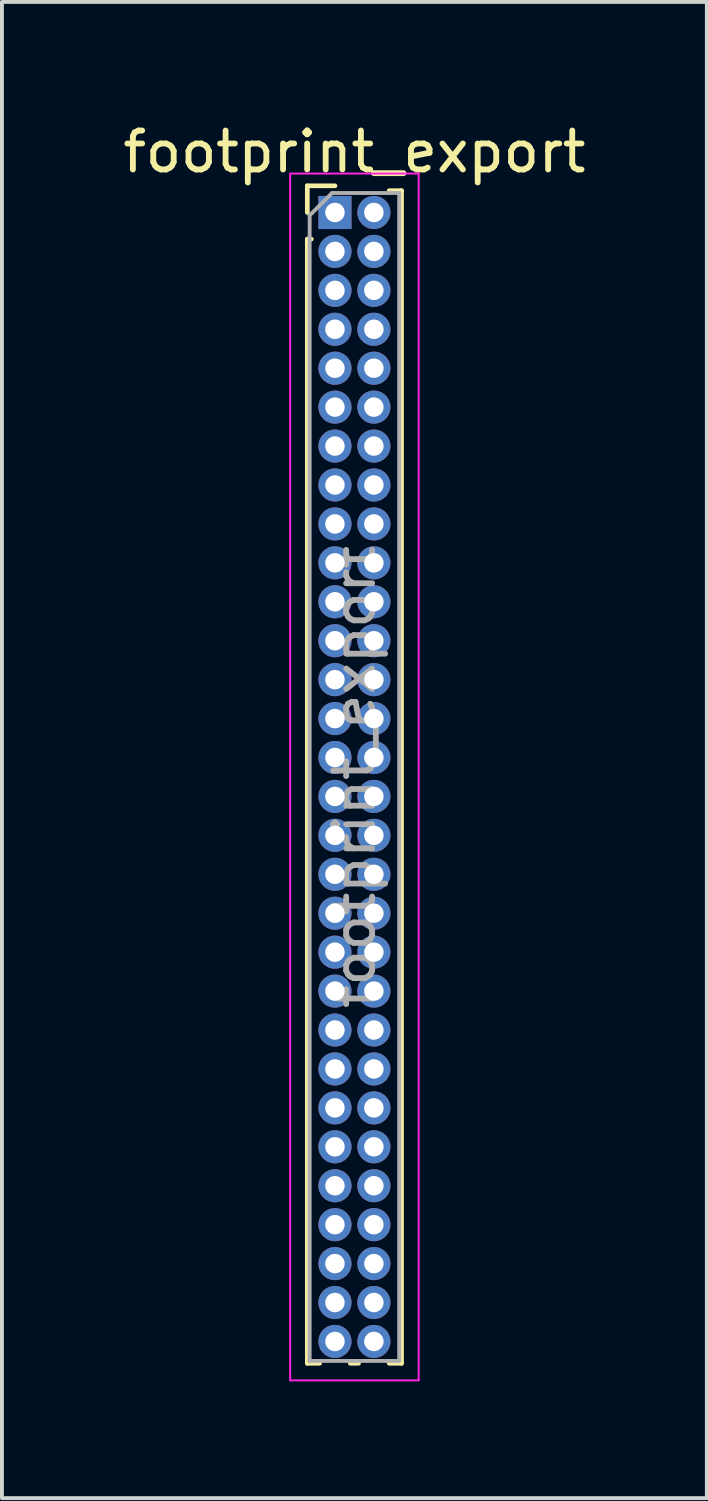
<source format=kicad_pcb>
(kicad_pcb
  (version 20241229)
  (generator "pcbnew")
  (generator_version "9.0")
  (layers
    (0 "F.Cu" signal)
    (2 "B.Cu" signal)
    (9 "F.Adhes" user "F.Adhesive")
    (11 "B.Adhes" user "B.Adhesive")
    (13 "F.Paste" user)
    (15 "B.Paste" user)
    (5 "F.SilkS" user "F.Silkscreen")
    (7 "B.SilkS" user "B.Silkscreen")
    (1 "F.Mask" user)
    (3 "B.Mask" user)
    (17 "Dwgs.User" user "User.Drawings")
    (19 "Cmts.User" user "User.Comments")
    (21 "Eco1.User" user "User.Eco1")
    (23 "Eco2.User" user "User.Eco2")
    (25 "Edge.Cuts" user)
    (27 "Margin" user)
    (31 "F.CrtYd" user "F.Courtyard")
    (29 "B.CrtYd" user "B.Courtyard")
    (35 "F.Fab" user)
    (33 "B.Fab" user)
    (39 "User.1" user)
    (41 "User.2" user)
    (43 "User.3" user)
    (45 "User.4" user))
  (footprint "footprint_export"
    (layer "F.Cu")
    (at 5.554 2.408)
    (property "Reference" "footprint_export" (at 0.5 -1.56 0) (layer "F.SilkS") (effects (font (size 1 1) (thickness 0.15))))
    (attr through_hole)
    (fp_line (start -0.71 -0.685) (end 0 -0.685) (stroke (width 0.12) (type solid)) (layer "F.SilkS"))
    (fp_line (start -0.71 0) (end -0.71 -0.685) (stroke (width 0.12) (type solid)) (layer "F.SilkS"))
    (fp_line (start -0.71 0.685) (end -0.71 29.56) (stroke (width 0.12) (type solid)) (layer "F.SilkS"))
    (fp_line (start -0.71 0.685) (end -0.608 0.685) (stroke (width 0.12) (type solid)) (layer "F.SilkS"))
    (fp_line (start -0.71 29.56) (end -0.394 29.56) (stroke (width 0.12) (type solid)) (layer "F.SilkS"))
    (fp_line (start 0.394 29.56) (end 0.606 29.56) (stroke (width 0.12) (type solid)) (layer "F.SilkS"))
    (fp_line (start 1.394 -0.56) (end 1.71 -0.56) (stroke (width 0.12) (type solid)) (layer "F.SilkS"))
    (fp_line (start 1.394 29.56) (end 1.71 29.56) (stroke (width 0.12) (type solid)) (layer "F.SilkS"))
    (fp_line (start 1.71 -0.56) (end 1.71 29.56) (stroke (width 0.12) (type solid)) (layer "F.SilkS"))
    (fp_line (start -1.15 -1) (end -1.15 30) (stroke (width 0.05) (type solid)) (layer "F.CrtYd"))
    (fp_line (start -1.15 30) (end 2.15 30) (stroke (width 0.05) (type solid)) (layer "F.CrtYd"))
    (fp_line (start 2.15 -1) (end -1.15 -1) (stroke (width 0.05) (type solid)) (layer "F.CrtYd"))
    (fp_line (start 2.15 30) (end 2.15 -1) (stroke (width 0.05) (type solid)) (layer "F.CrtYd"))
    (fp_line (start -0.65 0.075) (end -0.075 -0.5) (stroke (width 0.1) (type solid)) (layer "F.Fab"))
    (fp_line (start -0.65 29.5) (end -0.65 0.075) (stroke (width 0.1) (type solid)) (layer "F.Fab"))
    (fp_line (start -0.075 -0.5) (end 1.65 -0.5) (stroke (width 0.1) (type solid)) (layer "F.Fab"))
    (fp_line (start 1.65 -0.5) (end 1.65 29.5) (stroke (width 0.1) (type solid)) (layer "F.Fab"))
    (fp_line (start 1.65 29.5) (end -0.65 29.5) (stroke (width 0.1) (type solid)) (layer "F.Fab"))
    (fp_text user "${REFERENCE}" (at 0.5 14.5 90) (layer "F.Fab") (effects (font (size 1 1) (thickness 0.15))))
    (pad "1" thru_hole rect (at 0 0) (size 0.85 0.85) (drill 0.5) (layers "*.Cu" "*.Mask"))
    (pad "2" thru_hole oval (at 1 0) (size 0.85 0.85) (drill 0.5) (layers "*.Cu" "*.Mask"))
    (pad "3" thru_hole oval (at 0 1) (size 0.85 0.85) (drill 0.5) (layers "*.Cu" "*.Mask"))
    (pad "4" thru_hole oval (at 1 1) (size 0.85 0.85) (drill 0.5) (layers "*.Cu" "*.Mask"))
    (pad "5" thru_hole oval (at 0 2) (size 0.85 0.85) (drill 0.5) (layers "*.Cu" "*.Mask"))
    (pad "6" thru_hole oval (at 1 2) (size 0.85 0.85) (drill 0.5) (layers "*.Cu" "*.Mask"))
    (pad "7" thru_hole oval (at 0 3) (size 0.85 0.85) (drill 0.5) (layers "*.Cu" "*.Mask"))
    (pad "8" thru_hole oval (at 1 3) (size 0.85 0.85) (drill 0.5) (layers "*.Cu" "*.Mask"))
    (pad "9" thru_hole oval (at 0 4) (size 0.85 0.85) (drill 0.5) (layers "*.Cu" "*.Mask"))
    (pad "10" thru_hole oval (at 1 4) (size 0.85 0.85) (drill 0.5) (layers "*.Cu" "*.Mask"))
    (pad "11" thru_hole oval (at 0 5) (size 0.85 0.85) (drill 0.5) (layers "*.Cu" "*.Mask"))
    (pad "12" thru_hole oval (at 1 5) (size 0.85 0.85) (drill 0.5) (layers "*.Cu" "*.Mask"))
    (pad "13" thru_hole oval (at 0 6) (size 0.85 0.85) (drill 0.5) (layers "*.Cu" "*.Mask"))
    (pad "14" thru_hole oval (at 1 6) (size 0.85 0.85) (drill 0.5) (layers "*.Cu" "*.Mask"))
    (pad "15" thru_hole oval (at 0 7) (size 0.85 0.85) (drill 0.5) (layers "*.Cu" "*.Mask"))
    (pad "16" thru_hole oval (at 1 7) (size 0.85 0.85) (drill 0.5) (layers "*.Cu" "*.Mask"))
    (pad "17" thru_hole oval (at 0 8) (size 0.85 0.85) (drill 0.5) (layers "*.Cu" "*.Mask"))
    (pad "18" thru_hole oval (at 1 8) (size 0.85 0.85) (drill 0.5) (layers "*.Cu" "*.Mask"))
    (pad "19" thru_hole oval (at 0 9) (size 0.85 0.85) (drill 0.5) (layers "*.Cu" "*.Mask"))
    (pad "20" thru_hole oval (at 1 9) (size 0.85 0.85) (drill 0.5) (layers "*.Cu" "*.Mask"))
    (pad "21" thru_hole oval (at 0 10) (size 0.85 0.85) (drill 0.5) (layers "*.Cu" "*.Mask"))
    (pad "22" thru_hole oval (at 1 10) (size 0.85 0.85) (drill 0.5) (layers "*.Cu" "*.Mask"))
    (pad "23" thru_hole oval (at 0 11) (size 0.85 0.85) (drill 0.5) (layers "*.Cu" "*.Mask"))
    (pad "24" thru_hole oval (at 1 11) (size 0.85 0.85) (drill 0.5) (layers "*.Cu" "*.Mask"))
    (pad "25" thru_hole oval (at 0 12) (size 0.85 0.85) (drill 0.5) (layers "*.Cu" "*.Mask"))
    (pad "26" thru_hole oval (at 1 12) (size 0.85 0.85) (drill 0.5) (layers "*.Cu" "*.Mask"))
    (pad "27" thru_hole oval (at 0 13) (size 0.85 0.85) (drill 0.5) (layers "*.Cu" "*.Mask"))
    (pad "28" thru_hole oval (at 1 13) (size 0.85 0.85) (drill 0.5) (layers "*.Cu" "*.Mask"))
    (pad "29" thru_hole oval (at 0 14) (size 0.85 0.85) (drill 0.5) (layers "*.Cu" "*.Mask"))
    (pad "30" thru_hole oval (at 1 14) (size 0.85 0.85) (drill 0.5) (layers "*.Cu" "*.Mask"))
    (pad "31" thru_hole oval (at 0 15) (size 0.85 0.85) (drill 0.5) (layers "*.Cu" "*.Mask"))
    (pad "32" thru_hole oval (at 1 15) (size 0.85 0.85) (drill 0.5) (layers "*.Cu" "*.Mask"))
    (pad "33" thru_hole oval (at 0 16) (size 0.85 0.85) (drill 0.5) (layers "*.Cu" "*.Mask"))
    (pad "34" thru_hole oval (at 1 16) (size 0.85 0.85) (drill 0.5) (layers "*.Cu" "*.Mask"))
    (pad "35" thru_hole oval (at 0 17) (size 0.85 0.85) (drill 0.5) (layers "*.Cu" "*.Mask"))
    (pad "36" thru_hole oval (at 1 17) (size 0.85 0.85) (drill 0.5) (layers "*.Cu" "*.Mask"))
    (pad "37" thru_hole oval (at 0 18) (size 0.85 0.85) (drill 0.5) (layers "*.Cu" "*.Mask"))
    (pad "38" thru_hole oval (at 1 18) (size 0.85 0.85) (drill 0.5) (layers "*.Cu" "*.Mask"))
    (pad "39" thru_hole oval (at 0 19) (size 0.85 0.85) (drill 0.5) (layers "*.Cu" "*.Mask"))
    (pad "40" thru_hole oval (at 1 19) (size 0.85 0.85) (drill 0.5) (layers "*.Cu" "*.Mask"))
    (pad "41" thru_hole oval (at 0 20) (size 0.85 0.85) (drill 0.5) (layers "*.Cu" "*.Mask"))
    (pad "42" thru_hole oval (at 1 20) (size 0.85 0.85) (drill 0.5) (layers "*.Cu" "*.Mask"))
    (pad "43" thru_hole oval (at 0 21) (size 0.85 0.85) (drill 0.5) (layers "*.Cu" "*.Mask"))
    (pad "44" thru_hole oval (at 1 21) (size 0.85 0.85) (drill 0.5) (layers "*.Cu" "*.Mask"))
    (pad "45" thru_hole oval (at 0 22) (size 0.85 0.85) (drill 0.5) (layers "*.Cu" "*.Mask"))
    (pad "46" thru_hole oval (at 1 22) (size 0.85 0.85) (drill 0.5) (layers "*.Cu" "*.Mask"))
    (pad "47" thru_hole oval (at 0 23) (size 0.85 0.85) (drill 0.5) (layers "*.Cu" "*.Mask"))
    (pad "48" thru_hole oval (at 1 23) (size 0.85 0.85) (drill 0.5) (layers "*.Cu" "*.Mask"))
    (pad "49" thru_hole oval (at 0 24) (size 0.85 0.85) (drill 0.5) (layers "*.Cu" "*.Mask"))
    (pad "50" thru_hole oval (at 1 24) (size 0.85 0.85) (drill 0.5) (layers "*.Cu" "*.Mask"))
    (pad "51" thru_hole oval (at 0 25) (size 0.85 0.85) (drill 0.5) (layers "*.Cu" "*.Mask"))
    (pad "52" thru_hole oval (at 1 25) (size 0.85 0.85) (drill 0.5) (layers "*.Cu" "*.Mask"))
    (pad "53" thru_hole oval (at 0 26) (size 0.85 0.85) (drill 0.5) (layers "*.Cu" "*.Mask"))
    (pad "54" thru_hole oval (at 1 26) (size 0.85 0.85) (drill 0.5) (layers "*.Cu" "*.Mask"))
    (pad "55" thru_hole oval (at 0 27) (size 0.85 0.85) (drill 0.5) (layers "*.Cu" "*.Mask"))
    (pad "56" thru_hole oval (at 1 27) (size 0.85 0.85) (drill 0.5) (layers "*.Cu" "*.Mask"))
    (pad "57" thru_hole oval (at 0 28) (size 0.85 0.85) (drill 0.5) (layers "*.Cu" "*.Mask"))
    (pad "58" thru_hole oval (at 1 28) (size 0.85 0.85) (drill 0.5) (layers "*.Cu" "*.Mask"))
    (pad "59" thru_hole oval (at 0 29) (size 0.85 0.85) (drill 0.5) (layers "*.Cu" "*.Mask"))
    (pad "60" thru_hole oval (at 1 29) (size 0.85 0.85) (drill 0.5) (layers "*.Cu" "*.Mask")))
  (gr_rect
    (start -3 -3)
    (end 15.107 35.433)
    (stroke (width 0.1) (type default))
    (fill no)
    (layer "Edge.Cuts")))
</source>
